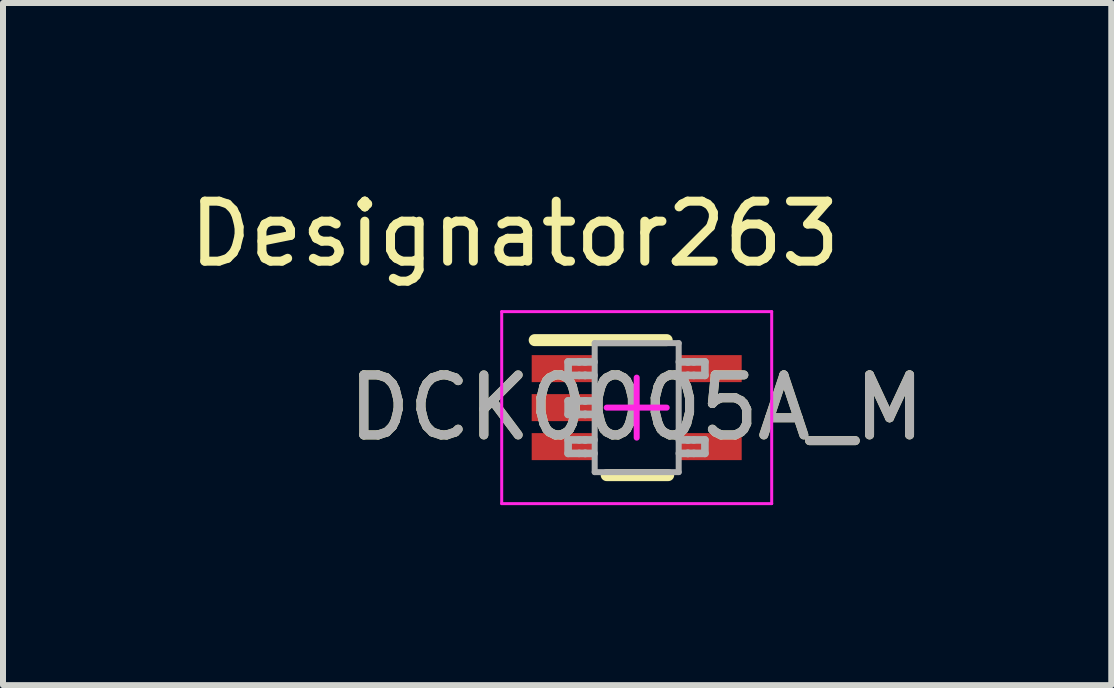
<source format=kicad_pcb>
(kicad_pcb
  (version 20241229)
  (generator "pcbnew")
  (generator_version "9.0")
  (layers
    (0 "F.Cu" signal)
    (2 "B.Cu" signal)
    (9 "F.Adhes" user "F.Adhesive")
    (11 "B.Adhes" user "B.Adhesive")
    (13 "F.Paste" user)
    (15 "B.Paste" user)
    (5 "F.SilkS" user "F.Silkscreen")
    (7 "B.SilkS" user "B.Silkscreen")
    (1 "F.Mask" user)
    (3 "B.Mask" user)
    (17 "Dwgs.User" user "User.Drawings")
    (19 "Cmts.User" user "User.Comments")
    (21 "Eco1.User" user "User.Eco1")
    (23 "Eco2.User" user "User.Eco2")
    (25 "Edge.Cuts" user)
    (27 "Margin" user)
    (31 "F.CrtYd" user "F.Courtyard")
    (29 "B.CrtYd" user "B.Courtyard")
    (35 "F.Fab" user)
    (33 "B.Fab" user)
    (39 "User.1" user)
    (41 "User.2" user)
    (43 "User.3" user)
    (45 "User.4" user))
  (footprint "DCK0005A_M"
    (layer "F.Cu")
    (at 7.562 3.744)
    (property "Reference" "DCK0005A_M" (at 0 0 0) (unlocked yes) (layer "F.SilkS") (effects (font (size 1 1) (thickness 0.15))))
    (attr smd)
    (fp_line (start -1.7 -1.125) (end 0.5 -1.125) (stroke (width 0.2) (type solid)) (layer "F.SilkS"))
    (fp_line (start -0.5 1.125) (end 0.525 1.125) (stroke (width 0.2) (type solid)) (layer "F.SilkS"))
    (fp_line (start -2.25 -1.6) (end 2.25 -1.6) (stroke (width 0.05) (type solid)) (layer "F.CrtYd"))
    (fp_line (start -2.25 1.6) (end -2.25 -1.6) (stroke (width 0.05) (type solid)) (layer "F.CrtYd"))
    (fp_line (start -2.25 1.6) (end 2.25 1.6) (stroke (width 0.05) (type solid)) (layer "F.CrtYd"))
    (fp_line (start -0.5 0) (end 0.5 0) (stroke (width 0.1) (type solid)) (layer "F.CrtYd"))
    (fp_line (start -0.000003 0.5) (end -0.000003 -0.5) (stroke (width 0.1) (type solid)) (layer "F.CrtYd"))
    (fp_line (start 2.25 1.6) (end 2.25 -1.6) (stroke (width 0.05) (type solid)) (layer "F.CrtYd"))
    (fp_line (start -1.143 -0.762) (end -0.959 -0.762) (stroke (width 0.127) (type solid)) (layer "F.Fab"))
    (fp_line (start -1.143 -0.537) (end -1.143 -0.762) (stroke (width 0.127) (type solid)) (layer "F.Fab"))
    (fp_line (start -1.143 -0.537) (end -0.959 -0.537) (stroke (width 0.127) (type solid)) (layer "F.Fab"))
    (fp_line (start -1.143 -0.112) (end -0.959 -0.112) (stroke (width 0.127) (type solid)) (layer "F.Fab"))
    (fp_line (start -1.143 0.113) (end -1.143 -0.112) (stroke (width 0.127) (type solid)) (layer "F.Fab"))
    (fp_line (start -1.143 0.113) (end -0.959 0.113) (stroke (width 0.127) (type solid)) (layer "F.Fab"))
    (fp_line (start -1.143 0.538) (end -0.959 0.538) (stroke (width 0.127) (type solid)) (layer "F.Fab"))
    (fp_line (start -1.143 0.763) (end -1.143 0.538) (stroke (width 0.127) (type solid)) (layer "F.Fab"))
    (fp_line (start -1.143 0.763) (end -0.959 0.763) (stroke (width 0.127) (type solid)) (layer "F.Fab"))
    (fp_line (start -0.959 -0.762) (end -0.711 -0.762) (stroke (width 0.127) (type solid)) (layer "F.Fab"))
    (fp_line (start -0.959 -0.537) (end -0.865 -0.537) (stroke (width 0.127) (type solid)) (layer "F.Fab"))
    (fp_line (start -0.959 -0.112) (end -0.865 -0.112) (stroke (width 0.127) (type solid)) (layer "F.Fab"))
    (fp_line (start -0.959 0.113) (end -0.865 0.113) (stroke (width 0.127) (type solid)) (layer "F.Fab"))
    (fp_line (start -0.959 0.538) (end -0.865 0.538) (stroke (width 0.127) (type solid)) (layer "F.Fab"))
    (fp_line (start -0.959 0.763) (end -0.865 0.763) (stroke (width 0.127) (type solid)) (layer "F.Fab"))
    (fp_line (start -0.865 -0.762) (end -0.853 -0.762) (stroke (width 0.127) (type solid)) (layer "F.Fab"))
    (fp_line (start -0.865 -0.537) (end -0.853 -0.537) (stroke (width 0.127) (type solid)) (layer "F.Fab"))
    (fp_line (start -0.865 -0.112) (end -0.853 -0.112) (stroke (width 0.127) (type solid)) (layer "F.Fab"))
    (fp_line (start -0.865 0.113) (end -0.853 0.113) (stroke (width 0.127) (type solid)) (layer "F.Fab"))
    (fp_line (start -0.865 0.538) (end -0.853 0.538) (stroke (width 0.127) (type solid)) (layer "F.Fab"))
    (fp_line (start -0.865 0.763) (end -0.853 0.763) (stroke (width 0.127) (type solid)) (layer "F.Fab"))
    (fp_line (start -0.853 -0.537) (end -0.711 -0.537) (stroke (width 0.127) (type solid)) (layer "F.Fab"))
    (fp_line (start -0.853 -0.112) (end -0.711 -0.112) (stroke (width 0.127) (type solid)) (layer "F.Fab"))
    (fp_line (start -0.853 0.113) (end -0.711 0.113) (stroke (width 0.127) (type solid)) (layer "F.Fab"))
    (fp_line (start -0.853 0.538) (end -0.711 0.538) (stroke (width 0.127) (type solid)) (layer "F.Fab"))
    (fp_line (start -0.853 0.763) (end -0.711 0.763) (stroke (width 0.127) (type solid)) (layer "F.Fab"))
    (fp_line (start -0.7 -1.075) (end 0.7 -1.075) (stroke (width 0.1) (type solid)) (layer "F.Fab"))
    (fp_line (start -0.7 1.075) (end -0.7 -1.075) (stroke (width 0.1) (type solid)) (layer "F.Fab"))
    (fp_line (start -0.7 1.075) (end 0.7 1.075) (stroke (width 0.1) (type solid)) (layer "F.Fab"))
    (fp_line (start 0.7 1.075) (end 0.7 -1.075) (stroke (width 0.1) (type solid)) (layer "F.Fab"))
    (fp_line (start 0.711 -0.762) (end 0.847 -0.762) (stroke (width 0.127) (type solid)) (layer "F.Fab"))
    (fp_line (start 0.711 -0.537) (end 0.847 -0.537) (stroke (width 0.127) (type solid)) (layer "F.Fab"))
    (fp_line (start 0.711 0.538) (end 0.847 0.538) (stroke (width 0.127) (type solid)) (layer "F.Fab"))
    (fp_line (start 0.711 0.763) (end 0.847 0.763) (stroke (width 0.127) (type solid)) (layer "F.Fab"))
    (fp_line (start 0.847 -0.762) (end 0.859 -0.762) (stroke (width 0.127) (type solid)) (layer "F.Fab"))
    (fp_line (start 0.847 -0.537) (end 0.859 -0.537) (stroke (width 0.127) (type solid)) (layer "F.Fab"))
    (fp_line (start 0.847 0.538) (end 0.859 0.538) (stroke (width 0.127) (type solid)) (layer "F.Fab"))
    (fp_line (start 0.847 0.763) (end 0.859 0.763) (stroke (width 0.127) (type solid)) (layer "F.Fab"))
    (fp_line (start 0.859 -0.762) (end 0.953 -0.762) (stroke (width 0.127) (type solid)) (layer "F.Fab"))
    (fp_line (start 0.859 -0.537) (end 0.953 -0.537) (stroke (width 0.127) (type solid)) (layer "F.Fab"))
    (fp_line (start 0.859 0.538) (end 0.953 0.538) (stroke (width 0.127) (type solid)) (layer "F.Fab"))
    (fp_line (start 0.859 0.763) (end 0.953 0.763) (stroke (width 0.127) (type solid)) (layer "F.Fab"))
    (fp_line (start 0.953 -0.762) (end 1.137 -0.762) (stroke (width 0.127) (type solid)) (layer "F.Fab"))
    (fp_line (start 0.953 -0.537) (end 1.137 -0.537) (stroke (width 0.127) (type solid)) (layer "F.Fab"))
    (fp_line (start 0.953 0.538) (end 1.137 0.538) (stroke (width 0.127) (type solid)) (layer "F.Fab"))
    (fp_line (start 0.953 0.763) (end 1.137 0.763) (stroke (width 0.127) (type solid)) (layer "F.Fab"))
    (fp_line (start 1.137 -0.537) (end 1.137 -0.762) (stroke (width 0.127) (type solid)) (layer "F.Fab"))
    (fp_line (start 1.137 0.763) (end 1.137 0.538) (stroke (width 0.127) (type solid)) (layer "F.Fab"))
    (fp_text user "Designator263" (at -2.032 -2.896 0) (unlocked yes) (layer "F.SilkS") (effects (font (size 1 1) (thickness 0.15))))
    (fp_text user "${REFERENCE}" (at 0 0 0) (unlocked yes) (layer "F.Fab") (effects (font (size 1 1) (thickness 0.15))))
    (pad "1" smd rect (at -1.225 -0.65 90) (size 0.45 1.05) (layers "F.Cu" "F.Mask" "F.Paste"))
    (pad "2" smd rect (at -1.225 0 90) (size 0.45 1.05) (layers "F.Cu" "F.Mask" "F.Paste"))
    (pad "3" smd rect (at -1.225 0.65 90) (size 0.45 1.05) (layers "F.Cu" "F.Mask" "F.Paste"))
    (pad "4" smd rect (at 1.225 0.65 90) (size 0.45 1.05) (layers "F.Cu" "F.Mask" "F.Paste"))
    (pad "5" smd rect (at 1.225 -0.65 90) (size 0.45 1.05) (layers "F.Cu" "F.Mask" "F.Paste")))
  (gr_rect
    (start -3 -3)
    (end 15.472 8.369)
    (stroke (width 0.1) (type default))
    (fill no)
    (layer "Edge.Cuts")))
</source>
